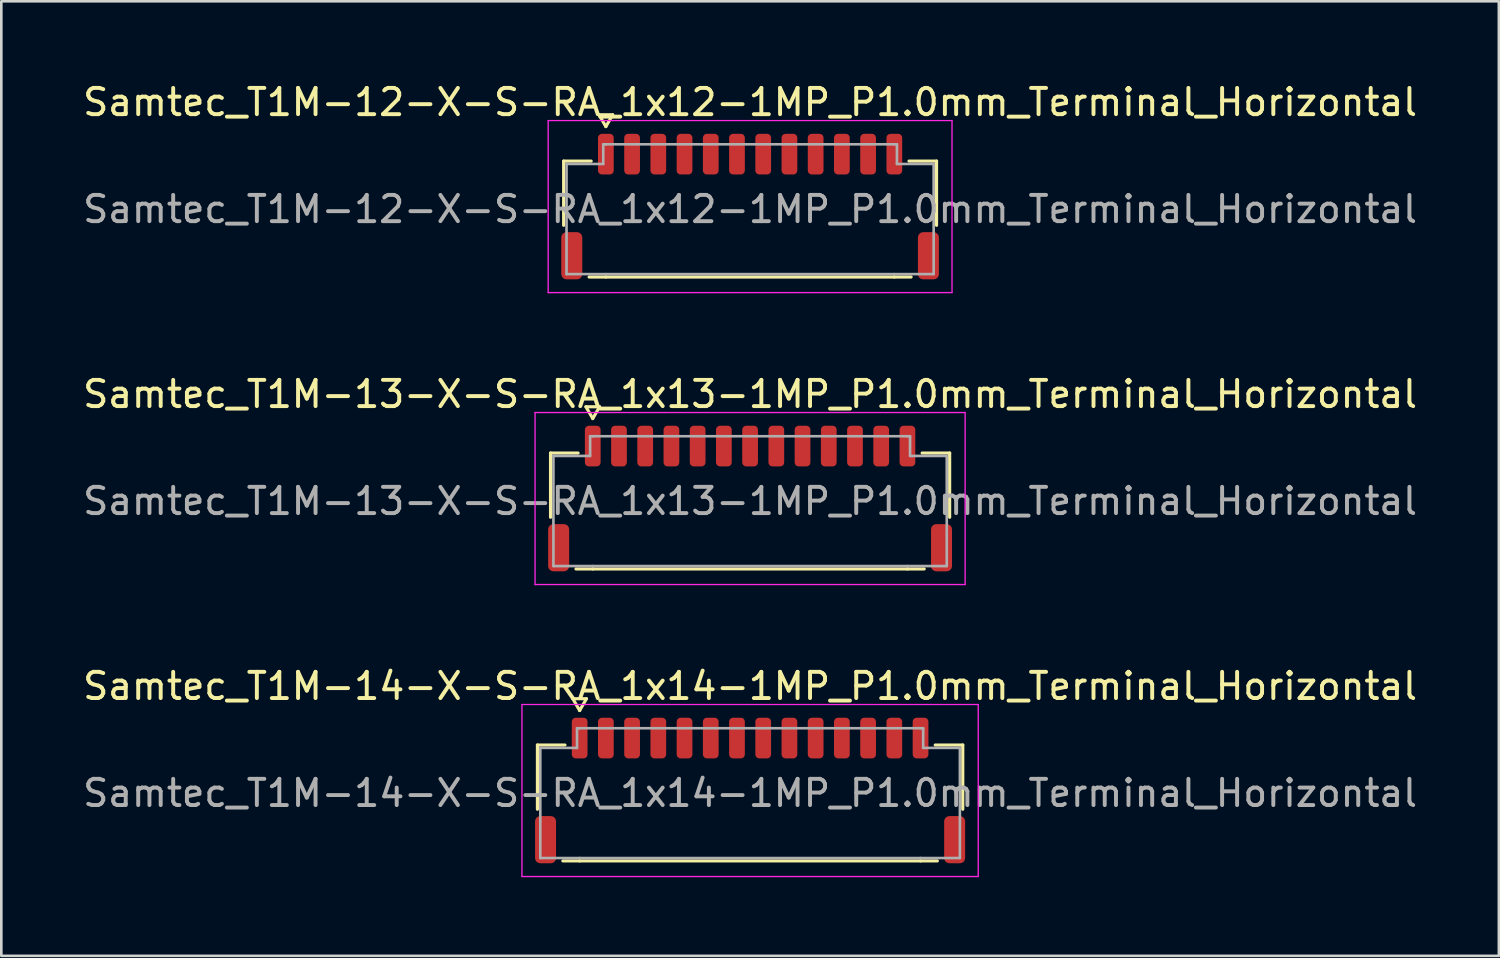
<source format=kicad_pcb>
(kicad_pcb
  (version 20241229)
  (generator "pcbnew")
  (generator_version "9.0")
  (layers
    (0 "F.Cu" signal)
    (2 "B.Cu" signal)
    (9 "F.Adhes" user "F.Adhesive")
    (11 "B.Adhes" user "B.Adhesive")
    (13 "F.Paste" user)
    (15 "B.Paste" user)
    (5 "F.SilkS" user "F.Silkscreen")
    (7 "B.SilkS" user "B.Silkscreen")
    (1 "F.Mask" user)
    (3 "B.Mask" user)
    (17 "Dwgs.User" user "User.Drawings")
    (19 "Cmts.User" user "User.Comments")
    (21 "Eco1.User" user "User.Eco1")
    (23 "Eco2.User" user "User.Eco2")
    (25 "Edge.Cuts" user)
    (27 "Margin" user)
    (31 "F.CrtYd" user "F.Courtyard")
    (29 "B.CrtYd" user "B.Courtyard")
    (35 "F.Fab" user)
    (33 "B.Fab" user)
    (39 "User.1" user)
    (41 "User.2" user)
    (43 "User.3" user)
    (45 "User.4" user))
  (footprint "Samtec_T1M-14-X-S-RA_1x14-1MP_P1.0mm_Terminal_Horizontal"
    (layer "F.Cu")
    (at 25.554 27.195)
    (property "Reference" "Samtec_T1M-14-X-S-RA_1x14-1MP_P1.0mm_Terminal_Horizontal" (at 0 -4.08 0) (layer "F.SilkS") (effects (font (size 1 1) (thickness 0.15))))
    (attr smd)
    (fp_line (start -8.11 -1.835) (end -7.06 -1.835) (stroke (width 0.12) (type solid)) (layer "F.SilkS"))
    (fp_line (start -8.11 0.615) (end -8.11 -1.835) (stroke (width 0.12) (type solid)) (layer "F.SilkS"))
    (fp_line (start -6.76 -3.6) (end -6.5 -3.15) (stroke (width 0.12) (type solid)) (layer "F.SilkS"))
    (fp_line (start -6.5 -3.15) (end -6.24 -3.6) (stroke (width 0.12) (type solid)) (layer "F.SilkS"))
    (fp_line (start -6.5 2.585) (end -7.14 2.585) (stroke (width 0.12) (type solid)) (layer "F.SilkS"))
    (fp_line (start -6.24 -3.6) (end -6.76 -3.6) (stroke (width 0.12) (type solid)) (layer "F.SilkS"))
    (fp_line (start 6.5 2.585) (end -6.5 2.585) (stroke (width 0.12) (type solid)) (layer "F.SilkS"))
    (fp_line (start 7.06 -1.835) (end 8.11 -1.835) (stroke (width 0.12) (type solid)) (layer "F.SilkS"))
    (fp_line (start 7.14 2.585) (end 6.5 2.585) (stroke (width 0.12) (type solid)) (layer "F.SilkS"))
    (fp_line (start 8.11 -1.835) (end 8.11 0.615) (stroke (width 0.12) (type solid)) (layer "F.SilkS"))
    (fp_line (start -8.7 -3.38) (end -8.7 3.18) (stroke (width 0.05) (type solid)) (layer "F.CrtYd"))
    (fp_line (start -8.7 3.18) (end 8.7 3.18) (stroke (width 0.05) (type solid)) (layer "F.CrtYd"))
    (fp_line (start 8.7 -3.38) (end -8.7 -3.38) (stroke (width 0.05) (type solid)) (layer "F.CrtYd"))
    (fp_line (start 8.7 3.18) (end 8.7 -3.38) (stroke (width 0.05) (type solid)) (layer "F.CrtYd"))
    (fp_line (start -8 -1.725) (end -6.6 -1.725) (stroke (width 0.1) (type solid)) (layer "F.Fab"))
    (fp_line (start -8 2.475) (end -8 -1.725) (stroke (width 0.1) (type solid)) (layer "F.Fab"))
    (fp_line (start -6.6 -2.475) (end -6.5 -2.475) (stroke (width 0.1) (type solid)) (layer "F.Fab"))
    (fp_line (start -6.6 -1.725) (end -6.6 -2.475) (stroke (width 0.1) (type solid)) (layer "F.Fab"))
    (fp_line (start -6.5 -2.475) (end 6.5 -2.475) (stroke (width 0.1) (type solid)) (layer "F.Fab"))
    (fp_line (start -6.5 2.475) (end -8 2.475) (stroke (width 0.1) (type solid)) (layer "F.Fab"))
    (fp_line (start 6.5 -2.475) (end 6.6 -2.475) (stroke (width 0.1) (type solid)) (layer "F.Fab"))
    (fp_line (start 6.5 2.475) (end -6.5 2.475) (stroke (width 0.1) (type solid)) (layer "F.Fab"))
    (fp_line (start 6.6 -2.475) (end 6.6 -1.725) (stroke (width 0.1) (type solid)) (layer "F.Fab"))
    (fp_line (start 6.6 -1.725) (end 8 -1.725) (stroke (width 0.1) (type solid)) (layer "F.Fab"))
    (fp_line (start 8 -1.725) (end 8 2.475) (stroke (width 0.1) (type solid)) (layer "F.Fab"))
    (fp_line (start 8 2.475) (end 6.5 2.475) (stroke (width 0.1) (type solid)) (layer "F.Fab"))
    (fp_text user "${REFERENCE}" (at 0 0 0) (layer "F.Fab") (effects (font (size 1 1) (thickness 0.15))))
    (pad "1" smd roundrect (at -6.5 -2.1) (size 0.6 1.55) (layers "F.Cu" "F.Mask" "F.Paste") (roundrect_rratio 0.25))
    (pad "2" smd roundrect (at -5.5 -2.1) (size 0.6 1.55) (layers "F.Cu" "F.Mask" "F.Paste") (roundrect_rratio 0.25))
    (pad "3" smd roundrect (at -4.5 -2.1) (size 0.6 1.55) (layers "F.Cu" "F.Mask" "F.Paste") (roundrect_rratio 0.25))
    (pad "4" smd roundrect (at -3.5 -2.1) (size 0.6 1.55) (layers "F.Cu" "F.Mask" "F.Paste") (roundrect_rratio 0.25))
    (pad "5" smd roundrect (at -2.5 -2.1) (size 0.6 1.55) (layers "F.Cu" "F.Mask" "F.Paste") (roundrect_rratio 0.25))
    (pad "6" smd roundrect (at -1.5 -2.1) (size 0.6 1.55) (layers "F.Cu" "F.Mask" "F.Paste") (roundrect_rratio 0.25))
    (pad "7" smd roundrect (at -0.5 -2.1) (size 0.6 1.55) (layers "F.Cu" "F.Mask" "F.Paste") (roundrect_rratio 0.25))
    (pad "8" smd roundrect (at 0.5 -2.1) (size 0.6 1.55) (layers "F.Cu" "F.Mask" "F.Paste") (roundrect_rratio 0.25))
    (pad "9" smd roundrect (at 1.5 -2.1) (size 0.6 1.55) (layers "F.Cu" "F.Mask" "F.Paste") (roundrect_rratio 0.25))
    (pad "10" smd roundrect (at 2.5 -2.1) (size 0.6 1.55) (layers "F.Cu" "F.Mask" "F.Paste") (roundrect_rratio 0.25))
    (pad "11" smd roundrect (at 3.5 -2.1) (size 0.6 1.55) (layers "F.Cu" "F.Mask" "F.Paste") (roundrect_rratio 0.25))
    (pad "12" smd roundrect (at 4.5 -2.1) (size 0.6 1.55) (layers "F.Cu" "F.Mask" "F.Paste") (roundrect_rratio 0.25))
    (pad "13" smd roundrect (at 5.5 -2.1) (size 0.6 1.55) (layers "F.Cu" "F.Mask" "F.Paste") (roundrect_rratio 0.25))
    (pad "14" smd roundrect (at 6.5 -2.1) (size 0.6 1.55) (layers "F.Cu" "F.Mask" "F.Paste") (roundrect_rratio 0.25))
    (pad "MP" smd roundrect (at -7.8 1.775) (size 0.8 1.8) (layers "F.Cu" "F.Mask" "F.Paste") (roundrect_rratio 0.25))
    (pad "MP" smd roundrect (at 7.8 1.775) (size 0.8 1.8) (layers "F.Cu" "F.Mask" "F.Paste") (roundrect_rratio 0.25)))
  (footprint "Samtec_T1M-13-X-S-RA_1x13-1MP_P1.0mm_Terminal_Horizontal"
    (layer "F.Cu")
    (at 25.554 16.061)
    (property "Reference" "Samtec_T1M-13-X-S-RA_1x13-1MP_P1.0mm_Terminal_Horizontal" (at 0 -4.08 0) (layer "F.SilkS") (effects (font (size 1 1) (thickness 0.15))))
    (attr smd)
    (fp_line (start -7.61 -1.835) (end -6.56 -1.835) (stroke (width 0.12) (type solid)) (layer "F.SilkS"))
    (fp_line (start -7.61 0.615) (end -7.61 -1.835) (stroke (width 0.12) (type solid)) (layer "F.SilkS"))
    (fp_line (start -6.26 -3.6) (end -6 -3.15) (stroke (width 0.12) (type solid)) (layer "F.SilkS"))
    (fp_line (start -6 -3.15) (end -5.74 -3.6) (stroke (width 0.12) (type solid)) (layer "F.SilkS"))
    (fp_line (start -6 2.585) (end -6.64 2.585) (stroke (width 0.12) (type solid)) (layer "F.SilkS"))
    (fp_line (start -5.74 -3.6) (end -6.26 -3.6) (stroke (width 0.12) (type solid)) (layer "F.SilkS"))
    (fp_line (start 6 2.585) (end -6 2.585) (stroke (width 0.12) (type solid)) (layer "F.SilkS"))
    (fp_line (start 6.56 -1.835) (end 7.61 -1.835) (stroke (width 0.12) (type solid)) (layer "F.SilkS"))
    (fp_line (start 6.64 2.585) (end 6 2.585) (stroke (width 0.12) (type solid)) (layer "F.SilkS"))
    (fp_line (start 7.61 -1.835) (end 7.61 0.615) (stroke (width 0.12) (type solid)) (layer "F.SilkS"))
    (fp_line (start -8.2 -3.38) (end -8.2 3.18) (stroke (width 0.05) (type solid)) (layer "F.CrtYd"))
    (fp_line (start -8.2 3.18) (end 8.2 3.18) (stroke (width 0.05) (type solid)) (layer "F.CrtYd"))
    (fp_line (start 8.2 -3.38) (end -8.2 -3.38) (stroke (width 0.05) (type solid)) (layer "F.CrtYd"))
    (fp_line (start 8.2 3.18) (end 8.2 -3.38) (stroke (width 0.05) (type solid)) (layer "F.CrtYd"))
    (fp_line (start -7.5 -1.725) (end -6.1 -1.725) (stroke (width 0.1) (type solid)) (layer "F.Fab"))
    (fp_line (start -7.5 2.475) (end -7.5 -1.725) (stroke (width 0.1) (type solid)) (layer "F.Fab"))
    (fp_line (start -6.1 -2.475) (end -6 -2.475) (stroke (width 0.1) (type solid)) (layer "F.Fab"))
    (fp_line (start -6.1 -1.725) (end -6.1 -2.475) (stroke (width 0.1) (type solid)) (layer "F.Fab"))
    (fp_line (start -6 -2.475) (end 6 -2.475) (stroke (width 0.1) (type solid)) (layer "F.Fab"))
    (fp_line (start -6 2.475) (end -7.5 2.475) (stroke (width 0.1) (type solid)) (layer "F.Fab"))
    (fp_line (start 6 -2.475) (end 6.1 -2.475) (stroke (width 0.1) (type solid)) (layer "F.Fab"))
    (fp_line (start 6 2.475) (end -6 2.475) (stroke (width 0.1) (type solid)) (layer "F.Fab"))
    (fp_line (start 6.1 -2.475) (end 6.1 -1.725) (stroke (width 0.1) (type solid)) (layer "F.Fab"))
    (fp_line (start 6.1 -1.725) (end 7.5 -1.725) (stroke (width 0.1) (type solid)) (layer "F.Fab"))
    (fp_line (start 7.5 -1.725) (end 7.5 2.475) (stroke (width 0.1) (type solid)) (layer "F.Fab"))
    (fp_line (start 7.5 2.475) (end 6 2.475) (stroke (width 0.1) (type solid)) (layer "F.Fab"))
    (fp_text user "${REFERENCE}" (at 0 0 0) (layer "F.Fab") (effects (font (size 1 1) (thickness 0.15))))
    (pad "1" smd roundrect (at -6 -2.1) (size 0.6 1.55) (layers "F.Cu" "F.Mask" "F.Paste") (roundrect_rratio 0.25))
    (pad "2" smd roundrect (at -5 -2.1) (size 0.6 1.55) (layers "F.Cu" "F.Mask" "F.Paste") (roundrect_rratio 0.25))
    (pad "3" smd roundrect (at -4 -2.1) (size 0.6 1.55) (layers "F.Cu" "F.Mask" "F.Paste") (roundrect_rratio 0.25))
    (pad "4" smd roundrect (at -3 -2.1) (size 0.6 1.55) (layers "F.Cu" "F.Mask" "F.Paste") (roundrect_rratio 0.25))
    (pad "5" smd roundrect (at -2 -2.1) (size 0.6 1.55) (layers "F.Cu" "F.Mask" "F.Paste") (roundrect_rratio 0.25))
    (pad "6" smd roundrect (at -1 -2.1) (size 0.6 1.55) (layers "F.Cu" "F.Mask" "F.Paste") (roundrect_rratio 0.25))
    (pad "7" smd roundrect (at 0 -2.1) (size 0.6 1.55) (layers "F.Cu" "F.Mask" "F.Paste") (roundrect_rratio 0.25))
    (pad "8" smd roundrect (at 1 -2.1) (size 0.6 1.55) (layers "F.Cu" "F.Mask" "F.Paste") (roundrect_rratio 0.25))
    (pad "9" smd roundrect (at 2 -2.1) (size 0.6 1.55) (layers "F.Cu" "F.Mask" "F.Paste") (roundrect_rratio 0.25))
    (pad "10" smd roundrect (at 3 -2.1) (size 0.6 1.55) (layers "F.Cu" "F.Mask" "F.Paste") (roundrect_rratio 0.25))
    (pad "11" smd roundrect (at 4 -2.1) (size 0.6 1.55) (layers "F.Cu" "F.Mask" "F.Paste") (roundrect_rratio 0.25))
    (pad "12" smd roundrect (at 5 -2.1) (size 0.6 1.55) (layers "F.Cu" "F.Mask" "F.Paste") (roundrect_rratio 0.25))
    (pad "13" smd roundrect (at 6 -2.1) (size 0.6 1.55) (layers "F.Cu" "F.Mask" "F.Paste") (roundrect_rratio 0.25))
    (pad "MP" smd roundrect (at -7.3 1.775) (size 0.8 1.8) (layers "F.Cu" "F.Mask" "F.Paste") (roundrect_rratio 0.25))
    (pad "MP" smd roundrect (at 7.3 1.775) (size 0.8 1.8) (layers "F.Cu" "F.Mask" "F.Paste") (roundrect_rratio 0.25)))
  (footprint "Samtec_T1M-12-X-S-RA_1x12-1MP_P1.0mm_Terminal_Horizontal"
    (layer "F.Cu")
    (at 25.554 4.928)
    (property "Reference" "Samtec_T1M-12-X-S-RA_1x12-1MP_P1.0mm_Terminal_Horizontal" (at 0 -4.08 0) (layer "F.SilkS") (effects (font (size 1 1) (thickness 0.15))))
    (attr smd)
    (fp_line (start -7.11 -1.835) (end -6.06 -1.835) (stroke (width 0.12) (type solid)) (layer "F.SilkS"))
    (fp_line (start -7.11 0.615) (end -7.11 -1.835) (stroke (width 0.12) (type solid)) (layer "F.SilkS"))
    (fp_line (start -5.76 -3.6) (end -5.5 -3.15) (stroke (width 0.12) (type solid)) (layer "F.SilkS"))
    (fp_line (start -5.5 -3.15) (end -5.24 -3.6) (stroke (width 0.12) (type solid)) (layer "F.SilkS"))
    (fp_line (start -5.5 2.585) (end -6.14 2.585) (stroke (width 0.12) (type solid)) (layer "F.SilkS"))
    (fp_line (start -5.24 -3.6) (end -5.76 -3.6) (stroke (width 0.12) (type solid)) (layer "F.SilkS"))
    (fp_line (start 5.5 2.585) (end -5.5 2.585) (stroke (width 0.12) (type solid)) (layer "F.SilkS"))
    (fp_line (start 6.06 -1.835) (end 7.11 -1.835) (stroke (width 0.12) (type solid)) (layer "F.SilkS"))
    (fp_line (start 6.14 2.585) (end 5.5 2.585) (stroke (width 0.12) (type solid)) (layer "F.SilkS"))
    (fp_line (start 7.11 -1.835) (end 7.11 0.615) (stroke (width 0.12) (type solid)) (layer "F.SilkS"))
    (fp_line (start -7.7 -3.38) (end -7.7 3.18) (stroke (width 0.05) (type solid)) (layer "F.CrtYd"))
    (fp_line (start -7.7 3.18) (end 7.7 3.18) (stroke (width 0.05) (type solid)) (layer "F.CrtYd"))
    (fp_line (start 7.7 -3.38) (end -7.7 -3.38) (stroke (width 0.05) (type solid)) (layer "F.CrtYd"))
    (fp_line (start 7.7 3.18) (end 7.7 -3.38) (stroke (width 0.05) (type solid)) (layer "F.CrtYd"))
    (fp_line (start -7 -1.725) (end -5.6 -1.725) (stroke (width 0.1) (type solid)) (layer "F.Fab"))
    (fp_line (start -7 2.475) (end -7 -1.725) (stroke (width 0.1) (type solid)) (layer "F.Fab"))
    (fp_line (start -5.6 -2.475) (end -5.5 -2.475) (stroke (width 0.1) (type solid)) (layer "F.Fab"))
    (fp_line (start -5.6 -1.725) (end -5.6 -2.475) (stroke (width 0.1) (type solid)) (layer "F.Fab"))
    (fp_line (start -5.5 -2.475) (end 5.5 -2.475) (stroke (width 0.1) (type solid)) (layer "F.Fab"))
    (fp_line (start -5.5 2.475) (end -7 2.475) (stroke (width 0.1) (type solid)) (layer "F.Fab"))
    (fp_line (start 5.5 -2.475) (end 5.6 -2.475) (stroke (width 0.1) (type solid)) (layer "F.Fab"))
    (fp_line (start 5.5 2.475) (end -5.5 2.475) (stroke (width 0.1) (type solid)) (layer "F.Fab"))
    (fp_line (start 5.6 -2.475) (end 5.6 -1.725) (stroke (width 0.1) (type solid)) (layer "F.Fab"))
    (fp_line (start 5.6 -1.725) (end 7 -1.725) (stroke (width 0.1) (type solid)) (layer "F.Fab"))
    (fp_line (start 7 -1.725) (end 7 2.475) (stroke (width 0.1) (type solid)) (layer "F.Fab"))
    (fp_line (start 7 2.475) (end 5.5 2.475) (stroke (width 0.1) (type solid)) (layer "F.Fab"))
    (fp_text user "${REFERENCE}" (at 0 0 0) (layer "F.Fab") (effects (font (size 1 1) (thickness 0.15))))
    (pad "1" smd roundrect (at -5.5 -2.1) (size 0.6 1.55) (layers "F.Cu" "F.Mask" "F.Paste") (roundrect_rratio 0.25))
    (pad "2" smd roundrect (at -4.5 -2.1) (size 0.6 1.55) (layers "F.Cu" "F.Mask" "F.Paste") (roundrect_rratio 0.25))
    (pad "3" smd roundrect (at -3.5 -2.1) (size 0.6 1.55) (layers "F.Cu" "F.Mask" "F.Paste") (roundrect_rratio 0.25))
    (pad "4" smd roundrect (at -2.5 -2.1) (size 0.6 1.55) (layers "F.Cu" "F.Mask" "F.Paste") (roundrect_rratio 0.25))
    (pad "5" smd roundrect (at -1.5 -2.1) (size 0.6 1.55) (layers "F.Cu" "F.Mask" "F.Paste") (roundrect_rratio 0.25))
    (pad "6" smd roundrect (at -0.5 -2.1) (size 0.6 1.55) (layers "F.Cu" "F.Mask" "F.Paste") (roundrect_rratio 0.25))
    (pad "7" smd roundrect (at 0.5 -2.1) (size 0.6 1.55) (layers "F.Cu" "F.Mask" "F.Paste") (roundrect_rratio 0.25))
    (pad "8" smd roundrect (at 1.5 -2.1) (size 0.6 1.55) (layers "F.Cu" "F.Mask" "F.Paste") (roundrect_rratio 0.25))
    (pad "9" smd roundrect (at 2.5 -2.1) (size 0.6 1.55) (layers "F.Cu" "F.Mask" "F.Paste") (roundrect_rratio 0.25))
    (pad "10" smd roundrect (at 3.5 -2.1) (size 0.6 1.55) (layers "F.Cu" "F.Mask" "F.Paste") (roundrect_rratio 0.25))
    (pad "11" smd roundrect (at 4.5 -2.1) (size 0.6 1.55) (layers "F.Cu" "F.Mask" "F.Paste") (roundrect_rratio 0.25))
    (pad "12" smd roundrect (at 5.5 -2.1) (size 0.6 1.55) (layers "F.Cu" "F.Mask" "F.Paste") (roundrect_rratio 0.25))
    (pad "MP" smd roundrect (at -6.8 1.775) (size 0.8 1.8) (layers "F.Cu" "F.Mask" "F.Paste") (roundrect_rratio 0.25))
    (pad "MP" smd roundrect (at 6.8 1.775) (size 0.8 1.8) (layers "F.Cu" "F.Mask" "F.Paste") (roundrect_rratio 0.25)))
  (gr_rect
    (start -3 -3)
    (end 54.107 33.4)
    (stroke (width 0.1) (type default))
    (fill no)
    (layer "Edge.Cuts")))
</source>
